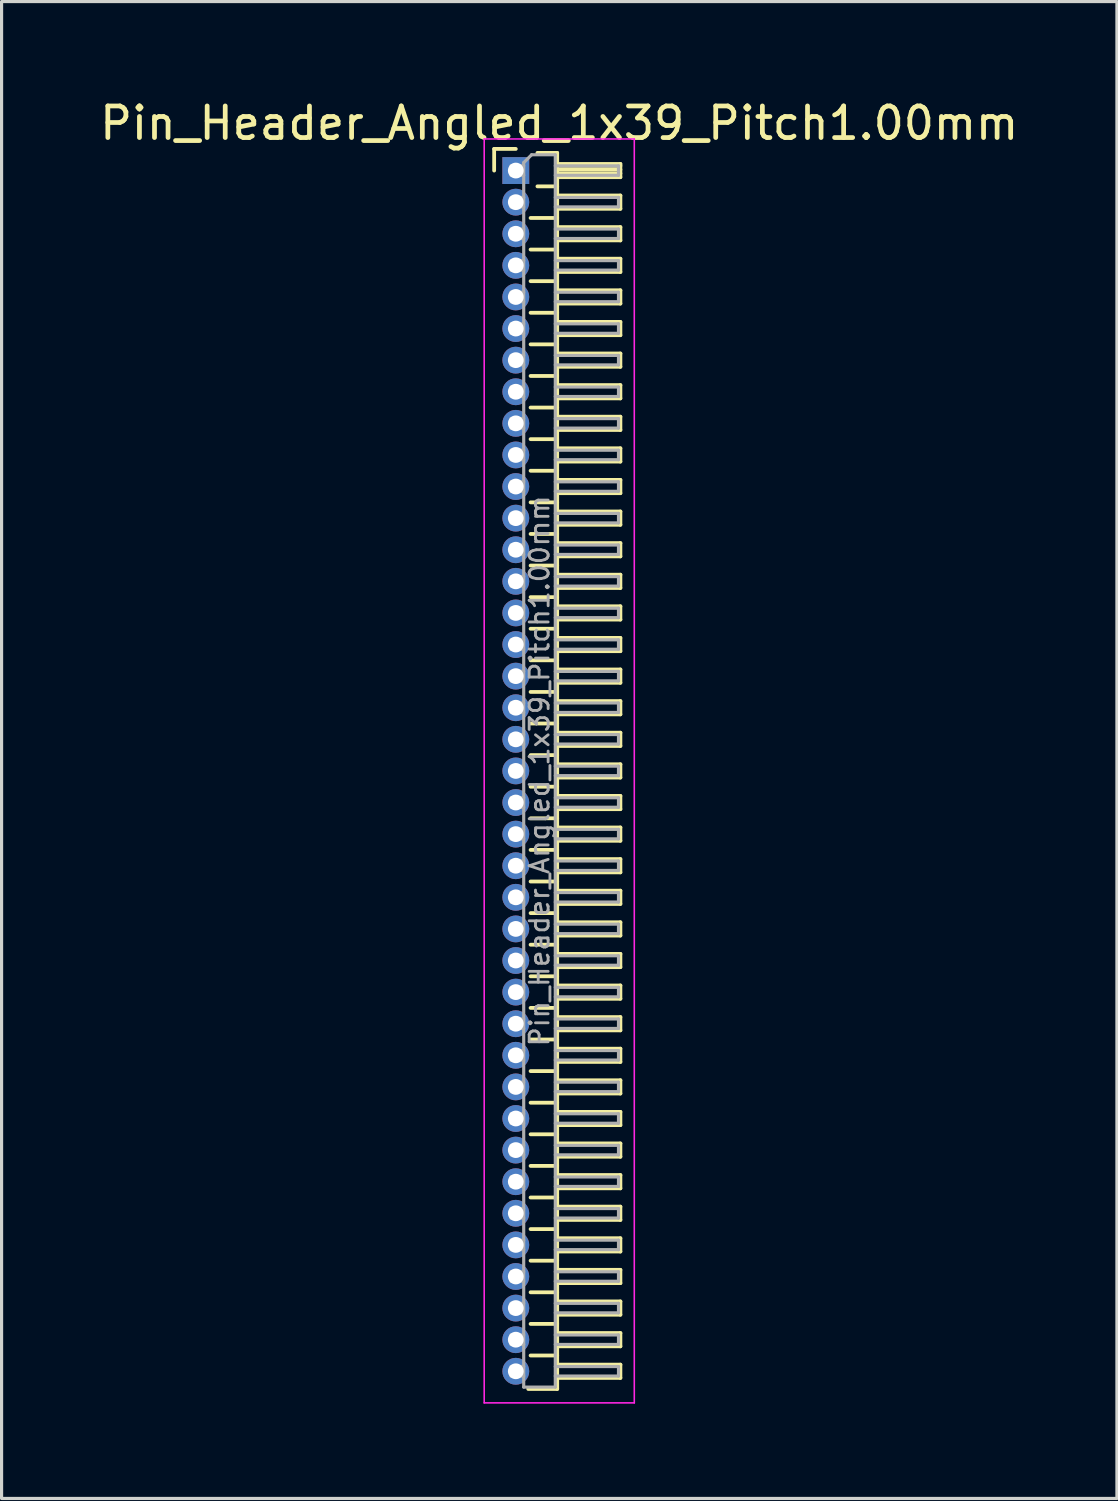
<source format=kicad_pcb>
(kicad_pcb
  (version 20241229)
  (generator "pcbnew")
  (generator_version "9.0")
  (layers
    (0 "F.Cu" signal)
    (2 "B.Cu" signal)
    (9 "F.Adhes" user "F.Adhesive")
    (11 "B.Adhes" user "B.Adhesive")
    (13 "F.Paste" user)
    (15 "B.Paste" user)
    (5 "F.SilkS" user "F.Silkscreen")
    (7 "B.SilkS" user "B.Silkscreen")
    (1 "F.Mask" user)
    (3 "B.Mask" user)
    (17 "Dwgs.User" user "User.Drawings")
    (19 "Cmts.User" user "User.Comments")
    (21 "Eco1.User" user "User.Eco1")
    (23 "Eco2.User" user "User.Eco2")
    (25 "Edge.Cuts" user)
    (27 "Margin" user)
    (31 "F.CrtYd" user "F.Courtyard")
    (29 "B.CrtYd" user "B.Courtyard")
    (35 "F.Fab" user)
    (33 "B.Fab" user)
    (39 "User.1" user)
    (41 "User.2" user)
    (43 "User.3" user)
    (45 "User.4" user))
  (footprint "Pin_Header_Angled_1x39_Pitch1.00mm"
    (layer "F.Cu")
    (at 13.274 2.348)
    (property "Reference" "Pin_Header_Angled_1x39_Pitch1.00mm" (at 1.375 -1.5 0) (layer "F.SilkS") (effects (font (size 1 1) (thickness 0.15))))
    (attr through_hole)
    (fp_line (start -0.685 -0.685) (end 0 -0.685) (stroke (width 0.12) (type solid)) (layer "F.SilkS"))
    (fp_line (start -0.685 0) (end -0.685 -0.685) (stroke (width 0.12) (type solid)) (layer "F.SilkS"))
    (fp_line (start 0.468 1.5) (end 1.31 1.5) (stroke (width 0.12) (type solid)) (layer "F.SilkS"))
    (fp_line (start 0.468 2.5) (end 1.31 2.5) (stroke (width 0.12) (type solid)) (layer "F.SilkS"))
    (fp_line (start 0.468 3.5) (end 1.31 3.5) (stroke (width 0.12) (type solid)) (layer "F.SilkS"))
    (fp_line (start 0.468 4.5) (end 1.31 4.5) (stroke (width 0.12) (type solid)) (layer "F.SilkS"))
    (fp_line (start 0.468 5.5) (end 1.31 5.5) (stroke (width 0.12) (type solid)) (layer "F.SilkS"))
    (fp_line (start 0.468 6.5) (end 1.31 6.5) (stroke (width 0.12) (type solid)) (layer "F.SilkS"))
    (fp_line (start 0.468 7.5) (end 1.31 7.5) (stroke (width 0.12) (type solid)) (layer "F.SilkS"))
    (fp_line (start 0.468 8.5) (end 1.31 8.5) (stroke (width 0.12) (type solid)) (layer "F.SilkS"))
    (fp_line (start 0.468 9.5) (end 1.31 9.5) (stroke (width 0.12) (type solid)) (layer "F.SilkS"))
    (fp_line (start 0.468 10.5) (end 1.31 10.5) (stroke (width 0.12) (type solid)) (layer "F.SilkS"))
    (fp_line (start 0.468 11.5) (end 1.31 11.5) (stroke (width 0.12) (type solid)) (layer "F.SilkS"))
    (fp_line (start 0.468 12.5) (end 1.31 12.5) (stroke (width 0.12) (type solid)) (layer "F.SilkS"))
    (fp_line (start 0.468 13.5) (end 1.31 13.5) (stroke (width 0.12) (type solid)) (layer "F.SilkS"))
    (fp_line (start 0.468 14.5) (end 1.31 14.5) (stroke (width 0.12) (type solid)) (layer "F.SilkS"))
    (fp_line (start 0.468 15.5) (end 1.31 15.5) (stroke (width 0.12) (type solid)) (layer "F.SilkS"))
    (fp_line (start 0.468 16.5) (end 1.31 16.5) (stroke (width 0.12) (type solid)) (layer "F.SilkS"))
    (fp_line (start 0.468 17.5) (end 1.31 17.5) (stroke (width 0.12) (type solid)) (layer "F.SilkS"))
    (fp_line (start 0.468 18.5) (end 1.31 18.5) (stroke (width 0.12) (type solid)) (layer "F.SilkS"))
    (fp_line (start 0.468 19.5) (end 1.31 19.5) (stroke (width 0.12) (type solid)) (layer "F.SilkS"))
    (fp_line (start 0.468 20.5) (end 1.31 20.5) (stroke (width 0.12) (type solid)) (layer "F.SilkS"))
    (fp_line (start 0.468 21.5) (end 1.31 21.5) (stroke (width 0.12) (type solid)) (layer "F.SilkS"))
    (fp_line (start 0.468 22.5) (end 1.31 22.5) (stroke (width 0.12) (type solid)) (layer "F.SilkS"))
    (fp_line (start 0.468 23.5) (end 1.31 23.5) (stroke (width 0.12) (type solid)) (layer "F.SilkS"))
    (fp_line (start 0.468 24.5) (end 1.31 24.5) (stroke (width 0.12) (type solid)) (layer "F.SilkS"))
    (fp_line (start 0.468 25.5) (end 1.31 25.5) (stroke (width 0.12) (type solid)) (layer "F.SilkS"))
    (fp_line (start 0.468 26.5) (end 1.31 26.5) (stroke (width 0.12) (type solid)) (layer "F.SilkS"))
    (fp_line (start 0.468 27.5) (end 1.31 27.5) (stroke (width 0.12) (type solid)) (layer "F.SilkS"))
    (fp_line (start 0.468 28.5) (end 1.31 28.5) (stroke (width 0.12) (type solid)) (layer "F.SilkS"))
    (fp_line (start 0.468 29.5) (end 1.31 29.5) (stroke (width 0.12) (type solid)) (layer "F.SilkS"))
    (fp_line (start 0.468 30.5) (end 1.31 30.5) (stroke (width 0.12) (type solid)) (layer "F.SilkS"))
    (fp_line (start 0.468 31.5) (end 1.31 31.5) (stroke (width 0.12) (type solid)) (layer "F.SilkS"))
    (fp_line (start 0.468 32.5) (end 1.31 32.5) (stroke (width 0.12) (type solid)) (layer "F.SilkS"))
    (fp_line (start 0.468 33.5) (end 1.31 33.5) (stroke (width 0.12) (type solid)) (layer "F.SilkS"))
    (fp_line (start 0.468 34.5) (end 1.31 34.5) (stroke (width 0.12) (type solid)) (layer "F.SilkS"))
    (fp_line (start 0.468 35.5) (end 1.31 35.5) (stroke (width 0.12) (type solid)) (layer "F.SilkS"))
    (fp_line (start 0.468 36.5) (end 1.31 36.5) (stroke (width 0.12) (type solid)) (layer "F.SilkS"))
    (fp_line (start 0.468 37.5) (end 1.31 37.5) (stroke (width 0.12) (type solid)) (layer "F.SilkS"))
    (fp_line (start 0.685 -0.56) (end 1.31 -0.56) (stroke (width 0.12) (type solid)) (layer "F.SilkS"))
    (fp_line (start 0.685 0.5) (end 1.31 0.5) (stroke (width 0.12) (type solid)) (layer "F.SilkS"))
    (fp_line (start 1.31 -0.56) (end 1.31 38.56) (stroke (width 0.12) (type solid)) (layer "F.SilkS"))
    (fp_line (start 1.31 -0.21) (end 3.31 -0.21) (stroke (width 0.12) (type solid)) (layer "F.SilkS"))
    (fp_line (start 1.31 -0.15) (end 3.31 -0.15) (stroke (width 0.12) (type solid)) (layer "F.SilkS"))
    (fp_line (start 1.31 -0.03) (end 3.31 -0.03) (stroke (width 0.12) (type solid)) (layer "F.SilkS"))
    (fp_line (start 1.31 0.09) (end 3.31 0.09) (stroke (width 0.12) (type solid)) (layer "F.SilkS"))
    (fp_line (start 1.31 0.79) (end 3.31 0.79) (stroke (width 0.12) (type solid)) (layer "F.SilkS"))
    (fp_line (start 1.31 1.79) (end 3.31 1.79) (stroke (width 0.12) (type solid)) (layer "F.SilkS"))
    (fp_line (start 1.31 2.79) (end 3.31 2.79) (stroke (width 0.12) (type solid)) (layer "F.SilkS"))
    (fp_line (start 1.31 3.79) (end 3.31 3.79) (stroke (width 0.12) (type solid)) (layer "F.SilkS"))
    (fp_line (start 1.31 4.79) (end 3.31 4.79) (stroke (width 0.12) (type solid)) (layer "F.SilkS"))
    (fp_line (start 1.31 5.79) (end 3.31 5.79) (stroke (width 0.12) (type solid)) (layer "F.SilkS"))
    (fp_line (start 1.31 6.79) (end 3.31 6.79) (stroke (width 0.12) (type solid)) (layer "F.SilkS"))
    (fp_line (start 1.31 7.79) (end 3.31 7.79) (stroke (width 0.12) (type solid)) (layer "F.SilkS"))
    (fp_line (start 1.31 8.79) (end 3.31 8.79) (stroke (width 0.12) (type solid)) (layer "F.SilkS"))
    (fp_line (start 1.31 9.79) (end 3.31 9.79) (stroke (width 0.12) (type solid)) (layer "F.SilkS"))
    (fp_line (start 1.31 10.79) (end 3.31 10.79) (stroke (width 0.12) (type solid)) (layer "F.SilkS"))
    (fp_line (start 1.31 11.79) (end 3.31 11.79) (stroke (width 0.12) (type solid)) (layer "F.SilkS"))
    (fp_line (start 1.31 12.79) (end 3.31 12.79) (stroke (width 0.12) (type solid)) (layer "F.SilkS"))
    (fp_line (start 1.31 13.79) (end 3.31 13.79) (stroke (width 0.12) (type solid)) (layer "F.SilkS"))
    (fp_line (start 1.31 14.79) (end 3.31 14.79) (stroke (width 0.12) (type solid)) (layer "F.SilkS"))
    (fp_line (start 1.31 15.79) (end 3.31 15.79) (stroke (width 0.12) (type solid)) (layer "F.SilkS"))
    (fp_line (start 1.31 16.79) (end 3.31 16.79) (stroke (width 0.12) (type solid)) (layer "F.SilkS"))
    (fp_line (start 1.31 17.79) (end 3.31 17.79) (stroke (width 0.12) (type solid)) (layer "F.SilkS"))
    (fp_line (start 1.31 18.79) (end 3.31 18.79) (stroke (width 0.12) (type solid)) (layer "F.SilkS"))
    (fp_line (start 1.31 19.79) (end 3.31 19.79) (stroke (width 0.12) (type solid)) (layer "F.SilkS"))
    (fp_line (start 1.31 20.79) (end 3.31 20.79) (stroke (width 0.12) (type solid)) (layer "F.SilkS"))
    (fp_line (start 1.31 21.79) (end 3.31 21.79) (stroke (width 0.12) (type solid)) (layer "F.SilkS"))
    (fp_line (start 1.31 22.79) (end 3.31 22.79) (stroke (width 0.12) (type solid)) (layer "F.SilkS"))
    (fp_line (start 1.31 23.79) (end 3.31 23.79) (stroke (width 0.12) (type solid)) (layer "F.SilkS"))
    (fp_line (start 1.31 24.79) (end 3.31 24.79) (stroke (width 0.12) (type solid)) (layer "F.SilkS"))
    (fp_line (start 1.31 25.79) (end 3.31 25.79) (stroke (width 0.12) (type solid)) (layer "F.SilkS"))
    (fp_line (start 1.31 26.79) (end 3.31 26.79) (stroke (width 0.12) (type solid)) (layer "F.SilkS"))
    (fp_line (start 1.31 27.79) (end 3.31 27.79) (stroke (width 0.12) (type solid)) (layer "F.SilkS"))
    (fp_line (start 1.31 28.79) (end 3.31 28.79) (stroke (width 0.12) (type solid)) (layer "F.SilkS"))
    (fp_line (start 1.31 29.79) (end 3.31 29.79) (stroke (width 0.12) (type solid)) (layer "F.SilkS"))
    (fp_line (start 1.31 30.79) (end 3.31 30.79) (stroke (width 0.12) (type solid)) (layer "F.SilkS"))
    (fp_line (start 1.31 31.79) (end 3.31 31.79) (stroke (width 0.12) (type solid)) (layer "F.SilkS"))
    (fp_line (start 1.31 32.79) (end 3.31 32.79) (stroke (width 0.12) (type solid)) (layer "F.SilkS"))
    (fp_line (start 1.31 33.79) (end 3.31 33.79) (stroke (width 0.12) (type solid)) (layer "F.SilkS"))
    (fp_line (start 1.31 34.79) (end 3.31 34.79) (stroke (width 0.12) (type solid)) (layer "F.SilkS"))
    (fp_line (start 1.31 35.79) (end 3.31 35.79) (stroke (width 0.12) (type solid)) (layer "F.SilkS"))
    (fp_line (start 1.31 36.79) (end 3.31 36.79) (stroke (width 0.12) (type solid)) (layer "F.SilkS"))
    (fp_line (start 1.31 37.79) (end 3.31 37.79) (stroke (width 0.12) (type solid)) (layer "F.SilkS"))
    (fp_line (start 1.31 38.56) (end 0.394 38.56) (stroke (width 0.12) (type solid)) (layer "F.SilkS"))
    (fp_line (start 3.31 -0.21) (end 3.31 0.21) (stroke (width 0.12) (type solid)) (layer "F.SilkS"))
    (fp_line (start 3.31 0.21) (end 1.31 0.21) (stroke (width 0.12) (type solid)) (layer "F.SilkS"))
    (fp_line (start 3.31 0.79) (end 3.31 1.21) (stroke (width 0.12) (type solid)) (layer "F.SilkS"))
    (fp_line (start 3.31 1.21) (end 1.31 1.21) (stroke (width 0.12) (type solid)) (layer "F.SilkS"))
    (fp_line (start 3.31 1.79) (end 3.31 2.21) (stroke (width 0.12) (type solid)) (layer "F.SilkS"))
    (fp_line (start 3.31 2.21) (end 1.31 2.21) (stroke (width 0.12) (type solid)) (layer "F.SilkS"))
    (fp_line (start 3.31 2.79) (end 3.31 3.21) (stroke (width 0.12) (type solid)) (layer "F.SilkS"))
    (fp_line (start 3.31 3.21) (end 1.31 3.21) (stroke (width 0.12) (type solid)) (layer "F.SilkS"))
    (fp_line (start 3.31 3.79) (end 3.31 4.21) (stroke (width 0.12) (type solid)) (layer "F.SilkS"))
    (fp_line (start 3.31 4.21) (end 1.31 4.21) (stroke (width 0.12) (type solid)) (layer "F.SilkS"))
    (fp_line (start 3.31 4.79) (end 3.31 5.21) (stroke (width 0.12) (type solid)) (layer "F.SilkS"))
    (fp_line (start 3.31 5.21) (end 1.31 5.21) (stroke (width 0.12) (type solid)) (layer "F.SilkS"))
    (fp_line (start 3.31 5.79) (end 3.31 6.21) (stroke (width 0.12) (type solid)) (layer "F.SilkS"))
    (fp_line (start 3.31 6.21) (end 1.31 6.21) (stroke (width 0.12) (type solid)) (layer "F.SilkS"))
    (fp_line (start 3.31 6.79) (end 3.31 7.21) (stroke (width 0.12) (type solid)) (layer "F.SilkS"))
    (fp_line (start 3.31 7.21) (end 1.31 7.21) (stroke (width 0.12) (type solid)) (layer "F.SilkS"))
    (fp_line (start 3.31 7.79) (end 3.31 8.21) (stroke (width 0.12) (type solid)) (layer "F.SilkS"))
    (fp_line (start 3.31 8.21) (end 1.31 8.21) (stroke (width 0.12) (type solid)) (layer "F.SilkS"))
    (fp_line (start 3.31 8.79) (end 3.31 9.21) (stroke (width 0.12) (type solid)) (layer "F.SilkS"))
    (fp_line (start 3.31 9.21) (end 1.31 9.21) (stroke (width 0.12) (type solid)) (layer "F.SilkS"))
    (fp_line (start 3.31 9.79) (end 3.31 10.21) (stroke (width 0.12) (type solid)) (layer "F.SilkS"))
    (fp_line (start 3.31 10.21) (end 1.31 10.21) (stroke (width 0.12) (type solid)) (layer "F.SilkS"))
    (fp_line (start 3.31 10.79) (end 3.31 11.21) (stroke (width 0.12) (type solid)) (layer "F.SilkS"))
    (fp_line (start 3.31 11.21) (end 1.31 11.21) (stroke (width 0.12) (type solid)) (layer "F.SilkS"))
    (fp_line (start 3.31 11.79) (end 3.31 12.21) (stroke (width 0.12) (type solid)) (layer "F.SilkS"))
    (fp_line (start 3.31 12.21) (end 1.31 12.21) (stroke (width 0.12) (type solid)) (layer "F.SilkS"))
    (fp_line (start 3.31 12.79) (end 3.31 13.21) (stroke (width 0.12) (type solid)) (layer "F.SilkS"))
    (fp_line (start 3.31 13.21) (end 1.31 13.21) (stroke (width 0.12) (type solid)) (layer "F.SilkS"))
    (fp_line (start 3.31 13.79) (end 3.31 14.21) (stroke (width 0.12) (type solid)) (layer "F.SilkS"))
    (fp_line (start 3.31 14.21) (end 1.31 14.21) (stroke (width 0.12) (type solid)) (layer "F.SilkS"))
    (fp_line (start 3.31 14.79) (end 3.31 15.21) (stroke (width 0.12) (type solid)) (layer "F.SilkS"))
    (fp_line (start 3.31 15.21) (end 1.31 15.21) (stroke (width 0.12) (type solid)) (layer "F.SilkS"))
    (fp_line (start 3.31 15.79) (end 3.31 16.21) (stroke (width 0.12) (type solid)) (layer "F.SilkS"))
    (fp_line (start 3.31 16.21) (end 1.31 16.21) (stroke (width 0.12) (type solid)) (layer "F.SilkS"))
    (fp_line (start 3.31 16.79) (end 3.31 17.21) (stroke (width 0.12) (type solid)) (layer "F.SilkS"))
    (fp_line (start 3.31 17.21) (end 1.31 17.21) (stroke (width 0.12) (type solid)) (layer "F.SilkS"))
    (fp_line (start 3.31 17.79) (end 3.31 18.21) (stroke (width 0.12) (type solid)) (layer "F.SilkS"))
    (fp_line (start 3.31 18.21) (end 1.31 18.21) (stroke (width 0.12) (type solid)) (layer "F.SilkS"))
    (fp_line (start 3.31 18.79) (end 3.31 19.21) (stroke (width 0.12) (type solid)) (layer "F.SilkS"))
    (fp_line (start 3.31 19.21) (end 1.31 19.21) (stroke (width 0.12) (type solid)) (layer "F.SilkS"))
    (fp_line (start 3.31 19.79) (end 3.31 20.21) (stroke (width 0.12) (type solid)) (layer "F.SilkS"))
    (fp_line (start 3.31 20.21) (end 1.31 20.21) (stroke (width 0.12) (type solid)) (layer "F.SilkS"))
    (fp_line (start 3.31 20.79) (end 3.31 21.21) (stroke (width 0.12) (type solid)) (layer "F.SilkS"))
    (fp_line (start 3.31 21.21) (end 1.31 21.21) (stroke (width 0.12) (type solid)) (layer "F.SilkS"))
    (fp_line (start 3.31 21.79) (end 3.31 22.21) (stroke (width 0.12) (type solid)) (layer "F.SilkS"))
    (fp_line (start 3.31 22.21) (end 1.31 22.21) (stroke (width 0.12) (type solid)) (layer "F.SilkS"))
    (fp_line (start 3.31 22.79) (end 3.31 23.21) (stroke (width 0.12) (type solid)) (layer "F.SilkS"))
    (fp_line (start 3.31 23.21) (end 1.31 23.21) (stroke (width 0.12) (type solid)) (layer "F.SilkS"))
    (fp_line (start 3.31 23.79) (end 3.31 24.21) (stroke (width 0.12) (type solid)) (layer "F.SilkS"))
    (fp_line (start 3.31 24.21) (end 1.31 24.21) (stroke (width 0.12) (type solid)) (layer "F.SilkS"))
    (fp_line (start 3.31 24.79) (end 3.31 25.21) (stroke (width 0.12) (type solid)) (layer "F.SilkS"))
    (fp_line (start 3.31 25.21) (end 1.31 25.21) (stroke (width 0.12) (type solid)) (layer "F.SilkS"))
    (fp_line (start 3.31 25.79) (end 3.31 26.21) (stroke (width 0.12) (type solid)) (layer "F.SilkS"))
    (fp_line (start 3.31 26.21) (end 1.31 26.21) (stroke (width 0.12) (type solid)) (layer "F.SilkS"))
    (fp_line (start 3.31 26.79) (end 3.31 27.21) (stroke (width 0.12) (type solid)) (layer "F.SilkS"))
    (fp_line (start 3.31 27.21) (end 1.31 27.21) (stroke (width 0.12) (type solid)) (layer "F.SilkS"))
    (fp_line (start 3.31 27.79) (end 3.31 28.21) (stroke (width 0.12) (type solid)) (layer "F.SilkS"))
    (fp_line (start 3.31 28.21) (end 1.31 28.21) (stroke (width 0.12) (type solid)) (layer "F.SilkS"))
    (fp_line (start 3.31 28.79) (end 3.31 29.21) (stroke (width 0.12) (type solid)) (layer "F.SilkS"))
    (fp_line (start 3.31 29.21) (end 1.31 29.21) (stroke (width 0.12) (type solid)) (layer "F.SilkS"))
    (fp_line (start 3.31 29.79) (end 3.31 30.21) (stroke (width 0.12) (type solid)) (layer "F.SilkS"))
    (fp_line (start 3.31 30.21) (end 1.31 30.21) (stroke (width 0.12) (type solid)) (layer "F.SilkS"))
    (fp_line (start 3.31 30.79) (end 3.31 31.21) (stroke (width 0.12) (type solid)) (layer "F.SilkS"))
    (fp_line (start 3.31 31.21) (end 1.31 31.21) (stroke (width 0.12) (type solid)) (layer "F.SilkS"))
    (fp_line (start 3.31 31.79) (end 3.31 32.21) (stroke (width 0.12) (type solid)) (layer "F.SilkS"))
    (fp_line (start 3.31 32.21) (end 1.31 32.21) (stroke (width 0.12) (type solid)) (layer "F.SilkS"))
    (fp_line (start 3.31 32.79) (end 3.31 33.21) (stroke (width 0.12) (type solid)) (layer "F.SilkS"))
    (fp_line (start 3.31 33.21) (end 1.31 33.21) (stroke (width 0.12) (type solid)) (layer "F.SilkS"))
    (fp_line (start 3.31 33.79) (end 3.31 34.21) (stroke (width 0.12) (type solid)) (layer "F.SilkS"))
    (fp_line (start 3.31 34.21) (end 1.31 34.21) (stroke (width 0.12) (type solid)) (layer "F.SilkS"))
    (fp_line (start 3.31 34.79) (end 3.31 35.21) (stroke (width 0.12) (type solid)) (layer "F.SilkS"))
    (fp_line (start 3.31 35.21) (end 1.31 35.21) (stroke (width 0.12) (type solid)) (layer "F.SilkS"))
    (fp_line (start 3.31 35.79) (end 3.31 36.21) (stroke (width 0.12) (type solid)) (layer "F.SilkS"))
    (fp_line (start 3.31 36.21) (end 1.31 36.21) (stroke (width 0.12) (type solid)) (layer "F.SilkS"))
    (fp_line (start 3.31 36.79) (end 3.31 37.21) (stroke (width 0.12) (type solid)) (layer "F.SilkS"))
    (fp_line (start 3.31 37.21) (end 1.31 37.21) (stroke (width 0.12) (type solid)) (layer "F.SilkS"))
    (fp_line (start 3.31 37.79) (end 3.31 38.21) (stroke (width 0.12) (type solid)) (layer "F.SilkS"))
    (fp_line (start 3.31 38.21) (end 1.31 38.21) (stroke (width 0.12) (type solid)) (layer "F.SilkS"))
    (fp_line (start -1 -1) (end -1 39) (stroke (width 0.05) (type solid)) (layer "F.CrtYd"))
    (fp_line (start -1 39) (end 3.75 39) (stroke (width 0.05) (type solid)) (layer "F.CrtYd"))
    (fp_line (start 3.75 -1) (end -1 -1) (stroke (width 0.05) (type solid)) (layer "F.CrtYd"))
    (fp_line (start 3.75 39) (end 3.75 -1) (stroke (width 0.05) (type solid)) (layer "F.CrtYd"))
    (fp_line (start -0.15 -0.15) (end -0.15 0.15) (stroke (width 0.1) (type solid)) (layer "F.Fab"))
    (fp_line (start -0.15 -0.15) (end 0.25 -0.15) (stroke (width 0.1) (type solid)) (layer "F.Fab"))
    (fp_line (start -0.15 0.15) (end 0.25 0.15) (stroke (width 0.1) (type solid)) (layer "F.Fab"))
    (fp_line (start -0.15 0.85) (end -0.15 1.15) (stroke (width 0.1) (type solid)) (layer "F.Fab"))
    (fp_line (start -0.15 0.85) (end 0.25 0.85) (stroke (width 0.1) (type solid)) (layer "F.Fab"))
    (fp_line (start -0.15 1.15) (end 0.25 1.15) (stroke (width 0.1) (type solid)) (layer "F.Fab"))
    (fp_line (start -0.15 1.85) (end -0.15 2.15) (stroke (width 0.1) (type solid)) (layer "F.Fab"))
    (fp_line (start -0.15 1.85) (end 0.25 1.85) (stroke (width 0.1) (type solid)) (layer "F.Fab"))
    (fp_line (start -0.15 2.15) (end 0.25 2.15) (stroke (width 0.1) (type solid)) (layer "F.Fab"))
    (fp_line (start -0.15 2.85) (end -0.15 3.15) (stroke (width 0.1) (type solid)) (layer "F.Fab"))
    (fp_line (start -0.15 2.85) (end 0.25 2.85) (stroke (width 0.1) (type solid)) (layer "F.Fab"))
    (fp_line (start -0.15 3.15) (end 0.25 3.15) (stroke (width 0.1) (type solid)) (layer "F.Fab"))
    (fp_line (start -0.15 3.85) (end -0.15 4.15) (stroke (width 0.1) (type solid)) (layer "F.Fab"))
    (fp_line (start -0.15 3.85) (end 0.25 3.85) (stroke (width 0.1) (type solid)) (layer "F.Fab"))
    (fp_line (start -0.15 4.15) (end 0.25 4.15) (stroke (width 0.1) (type solid)) (layer "F.Fab"))
    (fp_line (start -0.15 4.85) (end -0.15 5.15) (stroke (width 0.1) (type solid)) (layer "F.Fab"))
    (fp_line (start -0.15 4.85) (end 0.25 4.85) (stroke (width 0.1) (type solid)) (layer "F.Fab"))
    (fp_line (start -0.15 5.15) (end 0.25 5.15) (stroke (width 0.1) (type solid)) (layer "F.Fab"))
    (fp_line (start -0.15 5.85) (end -0.15 6.15) (stroke (width 0.1) (type solid)) (layer "F.Fab"))
    (fp_line (start -0.15 5.85) (end 0.25 5.85) (stroke (width 0.1) (type solid)) (layer "F.Fab"))
    (fp_line (start -0.15 6.15) (end 0.25 6.15) (stroke (width 0.1) (type solid)) (layer "F.Fab"))
    (fp_line (start -0.15 6.85) (end -0.15 7.15) (stroke (width 0.1) (type solid)) (layer "F.Fab"))
    (fp_line (start -0.15 6.85) (end 0.25 6.85) (stroke (width 0.1) (type solid)) (layer "F.Fab"))
    (fp_line (start -0.15 7.15) (end 0.25 7.15) (stroke (width 0.1) (type solid)) (layer "F.Fab"))
    (fp_line (start -0.15 7.85) (end -0.15 8.15) (stroke (width 0.1) (type solid)) (layer "F.Fab"))
    (fp_line (start -0.15 7.85) (end 0.25 7.85) (stroke (width 0.1) (type solid)) (layer "F.Fab"))
    (fp_line (start -0.15 8.15) (end 0.25 8.15) (stroke (width 0.1) (type solid)) (layer "F.Fab"))
    (fp_line (start -0.15 8.85) (end -0.15 9.15) (stroke (width 0.1) (type solid)) (layer "F.Fab"))
    (fp_line (start -0.15 8.85) (end 0.25 8.85) (stroke (width 0.1) (type solid)) (layer "F.Fab"))
    (fp_line (start -0.15 9.15) (end 0.25 9.15) (stroke (width 0.1) (type solid)) (layer "F.Fab"))
    (fp_line (start -0.15 9.85) (end -0.15 10.15) (stroke (width 0.1) (type solid)) (layer "F.Fab"))
    (fp_line (start -0.15 9.85) (end 0.25 9.85) (stroke (width 0.1) (type solid)) (layer "F.Fab"))
    (fp_line (start -0.15 10.15) (end 0.25 10.15) (stroke (width 0.1) (type solid)) (layer "F.Fab"))
    (fp_line (start -0.15 10.85) (end -0.15 11.15) (stroke (width 0.1) (type solid)) (layer "F.Fab"))
    (fp_line (start -0.15 10.85) (end 0.25 10.85) (stroke (width 0.1) (type solid)) (layer "F.Fab"))
    (fp_line (start -0.15 11.15) (end 0.25 11.15) (stroke (width 0.1) (type solid)) (layer "F.Fab"))
    (fp_line (start -0.15 11.85) (end -0.15 12.15) (stroke (width 0.1) (type solid)) (layer "F.Fab"))
    (fp_line (start -0.15 11.85) (end 0.25 11.85) (stroke (width 0.1) (type solid)) (layer "F.Fab"))
    (fp_line (start -0.15 12.15) (end 0.25 12.15) (stroke (width 0.1) (type solid)) (layer "F.Fab"))
    (fp_line (start -0.15 12.85) (end -0.15 13.15) (stroke (width 0.1) (type solid)) (layer "F.Fab"))
    (fp_line (start -0.15 12.85) (end 0.25 12.85) (stroke (width 0.1) (type solid)) (layer "F.Fab"))
    (fp_line (start -0.15 13.15) (end 0.25 13.15) (stroke (width 0.1) (type solid)) (layer "F.Fab"))
    (fp_line (start -0.15 13.85) (end -0.15 14.15) (stroke (width 0.1) (type solid)) (layer "F.Fab"))
    (fp_line (start -0.15 13.85) (end 0.25 13.85) (stroke (width 0.1) (type solid)) (layer "F.Fab"))
    (fp_line (start -0.15 14.15) (end 0.25 14.15) (stroke (width 0.1) (type solid)) (layer "F.Fab"))
    (fp_line (start -0.15 14.85) (end -0.15 15.15) (stroke (width 0.1) (type solid)) (layer "F.Fab"))
    (fp_line (start -0.15 14.85) (end 0.25 14.85) (stroke (width 0.1) (type solid)) (layer "F.Fab"))
    (fp_line (start -0.15 15.15) (end 0.25 15.15) (stroke (width 0.1) (type solid)) (layer "F.Fab"))
    (fp_line (start -0.15 15.85) (end -0.15 16.15) (stroke (width 0.1) (type solid)) (layer "F.Fab"))
    (fp_line (start -0.15 15.85) (end 0.25 15.85) (stroke (width 0.1) (type solid)) (layer "F.Fab"))
    (fp_line (start -0.15 16.15) (end 0.25 16.15) (stroke (width 0.1) (type solid)) (layer "F.Fab"))
    (fp_line (start -0.15 16.85) (end -0.15 17.15) (stroke (width 0.1) (type solid)) (layer "F.Fab"))
    (fp_line (start -0.15 16.85) (end 0.25 16.85) (stroke (width 0.1) (type solid)) (layer "F.Fab"))
    (fp_line (start -0.15 17.15) (end 0.25 17.15) (stroke (width 0.1) (type solid)) (layer "F.Fab"))
    (fp_line (start -0.15 17.85) (end -0.15 18.15) (stroke (width 0.1) (type solid)) (layer "F.Fab"))
    (fp_line (start -0.15 17.85) (end 0.25 17.85) (stroke (width 0.1) (type solid)) (layer "F.Fab"))
    (fp_line (start -0.15 18.15) (end 0.25 18.15) (stroke (width 0.1) (type solid)) (layer "F.Fab"))
    (fp_line (start -0.15 18.85) (end -0.15 19.15) (stroke (width 0.1) (type solid)) (layer "F.Fab"))
    (fp_line (start -0.15 18.85) (end 0.25 18.85) (stroke (width 0.1) (type solid)) (layer "F.Fab"))
    (fp_line (start -0.15 19.15) (end 0.25 19.15) (stroke (width 0.1) (type solid)) (layer "F.Fab"))
    (fp_line (start -0.15 19.85) (end -0.15 20.15) (stroke (width 0.1) (type solid)) (layer "F.Fab"))
    (fp_line (start -0.15 19.85) (end 0.25 19.85) (stroke (width 0.1) (type solid)) (layer "F.Fab"))
    (fp_line (start -0.15 20.15) (end 0.25 20.15) (stroke (width 0.1) (type solid)) (layer "F.Fab"))
    (fp_line (start -0.15 20.85) (end -0.15 21.15) (stroke (width 0.1) (type solid)) (layer "F.Fab"))
    (fp_line (start -0.15 20.85) (end 0.25 20.85) (stroke (width 0.1) (type solid)) (layer "F.Fab"))
    (fp_line (start -0.15 21.15) (end 0.25 21.15) (stroke (width 0.1) (type solid)) (layer "F.Fab"))
    (fp_line (start -0.15 21.85) (end -0.15 22.15) (stroke (width 0.1) (type solid)) (layer "F.Fab"))
    (fp_line (start -0.15 21.85) (end 0.25 21.85) (stroke (width 0.1) (type solid)) (layer "F.Fab"))
    (fp_line (start -0.15 22.15) (end 0.25 22.15) (stroke (width 0.1) (type solid)) (layer "F.Fab"))
    (fp_line (start -0.15 22.85) (end -0.15 23.15) (stroke (width 0.1) (type solid)) (layer "F.Fab"))
    (fp_line (start -0.15 22.85) (end 0.25 22.85) (stroke (width 0.1) (type solid)) (layer "F.Fab"))
    (fp_line (start -0.15 23.15) (end 0.25 23.15) (stroke (width 0.1) (type solid)) (layer "F.Fab"))
    (fp_line (start -0.15 23.85) (end -0.15 24.15) (stroke (width 0.1) (type solid)) (layer "F.Fab"))
    (fp_line (start -0.15 23.85) (end 0.25 23.85) (stroke (width 0.1) (type solid)) (layer "F.Fab"))
    (fp_line (start -0.15 24.15) (end 0.25 24.15) (stroke (width 0.1) (type solid)) (layer "F.Fab"))
    (fp_line (start -0.15 24.85) (end -0.15 25.15) (stroke (width 0.1) (type solid)) (layer "F.Fab"))
    (fp_line (start -0.15 24.85) (end 0.25 24.85) (stroke (width 0.1) (type solid)) (layer "F.Fab"))
    (fp_line (start -0.15 25.15) (end 0.25 25.15) (stroke (width 0.1) (type solid)) (layer "F.Fab"))
    (fp_line (start -0.15 25.85) (end -0.15 26.15) (stroke (width 0.1) (type solid)) (layer "F.Fab"))
    (fp_line (start -0.15 25.85) (end 0.25 25.85) (stroke (width 0.1) (type solid)) (layer "F.Fab"))
    (fp_line (start -0.15 26.15) (end 0.25 26.15) (stroke (width 0.1) (type solid)) (layer "F.Fab"))
    (fp_line (start -0.15 26.85) (end -0.15 27.15) (stroke (width 0.1) (type solid)) (layer "F.Fab"))
    (fp_line (start -0.15 26.85) (end 0.25 26.85) (stroke (width 0.1) (type solid)) (layer "F.Fab"))
    (fp_line (start -0.15 27.15) (end 0.25 27.15) (stroke (width 0.1) (type solid)) (layer "F.Fab"))
    (fp_line (start -0.15 27.85) (end -0.15 28.15) (stroke (width 0.1) (type solid)) (layer "F.Fab"))
    (fp_line (start -0.15 27.85) (end 0.25 27.85) (stroke (width 0.1) (type solid)) (layer "F.Fab"))
    (fp_line (start -0.15 28.15) (end 0.25 28.15) (stroke (width 0.1) (type solid)) (layer "F.Fab"))
    (fp_line (start -0.15 28.85) (end -0.15 29.15) (stroke (width 0.1) (type solid)) (layer "F.Fab"))
    (fp_line (start -0.15 28.85) (end 0.25 28.85) (stroke (width 0.1) (type solid)) (layer "F.Fab"))
    (fp_line (start -0.15 29.15) (end 0.25 29.15) (stroke (width 0.1) (type solid)) (layer "F.Fab"))
    (fp_line (start -0.15 29.85) (end -0.15 30.15) (stroke (width 0.1) (type solid)) (layer "F.Fab"))
    (fp_line (start -0.15 29.85) (end 0.25 29.85) (stroke (width 0.1) (type solid)) (layer "F.Fab"))
    (fp_line (start -0.15 30.15) (end 0.25 30.15) (stroke (width 0.1) (type solid)) (layer "F.Fab"))
    (fp_line (start -0.15 30.85) (end -0.15 31.15) (stroke (width 0.1) (type solid)) (layer "F.Fab"))
    (fp_line (start -0.15 30.85) (end 0.25 30.85) (stroke (width 0.1) (type solid)) (layer "F.Fab"))
    (fp_line (start -0.15 31.15) (end 0.25 31.15) (stroke (width 0.1) (type solid)) (layer "F.Fab"))
    (fp_line (start -0.15 31.85) (end -0.15 32.15) (stroke (width 0.1) (type solid)) (layer "F.Fab"))
    (fp_line (start -0.15 31.85) (end 0.25 31.85) (stroke (width 0.1) (type solid)) (layer "F.Fab"))
    (fp_line (start -0.15 32.15) (end 0.25 32.15) (stroke (width 0.1) (type solid)) (layer "F.Fab"))
    (fp_line (start -0.15 32.85) (end -0.15 33.15) (stroke (width 0.1) (type solid)) (layer "F.Fab"))
    (fp_line (start -0.15 32.85) (end 0.25 32.85) (stroke (width 0.1) (type solid)) (layer "F.Fab"))
    (fp_line (start -0.15 33.15) (end 0.25 33.15) (stroke (width 0.1) (type solid)) (layer "F.Fab"))
    (fp_line (start -0.15 33.85) (end -0.15 34.15) (stroke (width 0.1) (type solid)) (layer "F.Fab"))
    (fp_line (start -0.15 33.85) (end 0.25 33.85) (stroke (width 0.1) (type solid)) (layer "F.Fab"))
    (fp_line (start -0.15 34.15) (end 0.25 34.15) (stroke (width 0.1) (type solid)) (layer "F.Fab"))
    (fp_line (start -0.15 34.85) (end -0.15 35.15) (stroke (width 0.1) (type solid)) (layer "F.Fab"))
    (fp_line (start -0.15 34.85) (end 0.25 34.85) (stroke (width 0.1) (type solid)) (layer "F.Fab"))
    (fp_line (start -0.15 35.15) (end 0.25 35.15) (stroke (width 0.1) (type solid)) (layer "F.Fab"))
    (fp_line (start -0.15 35.85) (end -0.15 36.15) (stroke (width 0.1) (type solid)) (layer "F.Fab"))
    (fp_line (start -0.15 35.85) (end 0.25 35.85) (stroke (width 0.1) (type solid)) (layer "F.Fab"))
    (fp_line (start -0.15 36.15) (end 0.25 36.15) (stroke (width 0.1) (type solid)) (layer "F.Fab"))
    (fp_line (start -0.15 36.85) (end -0.15 37.15) (stroke (width 0.1) (type solid)) (layer "F.Fab"))
    (fp_line (start -0.15 36.85) (end 0.25 36.85) (stroke (width 0.1) (type solid)) (layer "F.Fab"))
    (fp_line (start -0.15 37.15) (end 0.25 37.15) (stroke (width 0.1) (type solid)) (layer "F.Fab"))
    (fp_line (start -0.15 37.85) (end -0.15 38.15) (stroke (width 0.1) (type solid)) (layer "F.Fab"))
    (fp_line (start -0.15 37.85) (end 0.25 37.85) (stroke (width 0.1) (type solid)) (layer "F.Fab"))
    (fp_line (start -0.15 38.15) (end 0.25 38.15) (stroke (width 0.1) (type solid)) (layer "F.Fab"))
    (fp_line (start 0.25 -0.25) (end 0.5 -0.5) (stroke (width 0.1) (type solid)) (layer "F.Fab"))
    (fp_line (start 0.25 38.5) (end 0.25 -0.25) (stroke (width 0.1) (type solid)) (layer "F.Fab"))
    (fp_line (start 0.5 -0.5) (end 1.25 -0.5) (stroke (width 0.1) (type solid)) (layer "F.Fab"))
    (fp_line (start 1.25 -0.5) (end 1.25 38.5) (stroke (width 0.1) (type solid)) (layer "F.Fab"))
    (fp_line (start 1.25 -0.15) (end 3.25 -0.15) (stroke (width 0.1) (type solid)) (layer "F.Fab"))
    (fp_line (start 1.25 0.15) (end 3.25 0.15) (stroke (width 0.1) (type solid)) (layer "F.Fab"))
    (fp_line (start 1.25 0.85) (end 3.25 0.85) (stroke (width 0.1) (type solid)) (layer "F.Fab"))
    (fp_line (start 1.25 1.15) (end 3.25 1.15) (stroke (width 0.1) (type solid)) (layer "F.Fab"))
    (fp_line (start 1.25 1.85) (end 3.25 1.85) (stroke (width 0.1) (type solid)) (layer "F.Fab"))
    (fp_line (start 1.25 2.15) (end 3.25 2.15) (stroke (width 0.1) (type solid)) (layer "F.Fab"))
    (fp_line (start 1.25 2.85) (end 3.25 2.85) (stroke (width 0.1) (type solid)) (layer "F.Fab"))
    (fp_line (start 1.25 3.15) (end 3.25 3.15) (stroke (width 0.1) (type solid)) (layer "F.Fab"))
    (fp_line (start 1.25 3.85) (end 3.25 3.85) (stroke (width 0.1) (type solid)) (layer "F.Fab"))
    (fp_line (start 1.25 4.15) (end 3.25 4.15) (stroke (width 0.1) (type solid)) (layer "F.Fab"))
    (fp_line (start 1.25 4.85) (end 3.25 4.85) (stroke (width 0.1) (type solid)) (layer "F.Fab"))
    (fp_line (start 1.25 5.15) (end 3.25 5.15) (stroke (width 0.1) (type solid)) (layer "F.Fab"))
    (fp_line (start 1.25 5.85) (end 3.25 5.85) (stroke (width 0.1) (type solid)) (layer "F.Fab"))
    (fp_line (start 1.25 6.15) (end 3.25 6.15) (stroke (width 0.1) (type solid)) (layer "F.Fab"))
    (fp_line (start 1.25 6.85) (end 3.25 6.85) (stroke (width 0.1) (type solid)) (layer "F.Fab"))
    (fp_line (start 1.25 7.15) (end 3.25 7.15) (stroke (width 0.1) (type solid)) (layer "F.Fab"))
    (fp_line (start 1.25 7.85) (end 3.25 7.85) (stroke (width 0.1) (type solid)) (layer "F.Fab"))
    (fp_line (start 1.25 8.15) (end 3.25 8.15) (stroke (width 0.1) (type solid)) (layer "F.Fab"))
    (fp_line (start 1.25 8.85) (end 3.25 8.85) (stroke (width 0.1) (type solid)) (layer "F.Fab"))
    (fp_line (start 1.25 9.15) (end 3.25 9.15) (stroke (width 0.1) (type solid)) (layer "F.Fab"))
    (fp_line (start 1.25 9.85) (end 3.25 9.85) (stroke (width 0.1) (type solid)) (layer "F.Fab"))
    (fp_line (start 1.25 10.15) (end 3.25 10.15) (stroke (width 0.1) (type solid)) (layer "F.Fab"))
    (fp_line (start 1.25 10.85) (end 3.25 10.85) (stroke (width 0.1) (type solid)) (layer "F.Fab"))
    (fp_line (start 1.25 11.15) (end 3.25 11.15) (stroke (width 0.1) (type solid)) (layer "F.Fab"))
    (fp_line (start 1.25 11.85) (end 3.25 11.85) (stroke (width 0.1) (type solid)) (layer "F.Fab"))
    (fp_line (start 1.25 12.15) (end 3.25 12.15) (stroke (width 0.1) (type solid)) (layer "F.Fab"))
    (fp_line (start 1.25 12.85) (end 3.25 12.85) (stroke (width 0.1) (type solid)) (layer "F.Fab"))
    (fp_line (start 1.25 13.15) (end 3.25 13.15) (stroke (width 0.1) (type solid)) (layer "F.Fab"))
    (fp_line (start 1.25 13.85) (end 3.25 13.85) (stroke (width 0.1) (type solid)) (layer "F.Fab"))
    (fp_line (start 1.25 14.15) (end 3.25 14.15) (stroke (width 0.1) (type solid)) (layer "F.Fab"))
    (fp_line (start 1.25 14.85) (end 3.25 14.85) (stroke (width 0.1) (type solid)) (layer "F.Fab"))
    (fp_line (start 1.25 15.15) (end 3.25 15.15) (stroke (width 0.1) (type solid)) (layer "F.Fab"))
    (fp_line (start 1.25 15.85) (end 3.25 15.85) (stroke (width 0.1) (type solid)) (layer "F.Fab"))
    (fp_line (start 1.25 16.15) (end 3.25 16.15) (stroke (width 0.1) (type solid)) (layer "F.Fab"))
    (fp_line (start 1.25 16.85) (end 3.25 16.85) (stroke (width 0.1) (type solid)) (layer "F.Fab"))
    (fp_line (start 1.25 17.15) (end 3.25 17.15) (stroke (width 0.1) (type solid)) (layer "F.Fab"))
    (fp_line (start 1.25 17.85) (end 3.25 17.85) (stroke (width 0.1) (type solid)) (layer "F.Fab"))
    (fp_line (start 1.25 18.15) (end 3.25 18.15) (stroke (width 0.1) (type solid)) (layer "F.Fab"))
    (fp_line (start 1.25 18.85) (end 3.25 18.85) (stroke (width 0.1) (type solid)) (layer "F.Fab"))
    (fp_line (start 1.25 19.15) (end 3.25 19.15) (stroke (width 0.1) (type solid)) (layer "F.Fab"))
    (fp_line (start 1.25 19.85) (end 3.25 19.85) (stroke (width 0.1) (type solid)) (layer "F.Fab"))
    (fp_line (start 1.25 20.15) (end 3.25 20.15) (stroke (width 0.1) (type solid)) (layer "F.Fab"))
    (fp_line (start 1.25 20.85) (end 3.25 20.85) (stroke (width 0.1) (type solid)) (layer "F.Fab"))
    (fp_line (start 1.25 21.15) (end 3.25 21.15) (stroke (width 0.1) (type solid)) (layer "F.Fab"))
    (fp_line (start 1.25 21.85) (end 3.25 21.85) (stroke (width 0.1) (type solid)) (layer "F.Fab"))
    (fp_line (start 1.25 22.15) (end 3.25 22.15) (stroke (width 0.1) (type solid)) (layer "F.Fab"))
    (fp_line (start 1.25 22.85) (end 3.25 22.85) (stroke (width 0.1) (type solid)) (layer "F.Fab"))
    (fp_line (start 1.25 23.15) (end 3.25 23.15) (stroke (width 0.1) (type solid)) (layer "F.Fab"))
    (fp_line (start 1.25 23.85) (end 3.25 23.85) (stroke (width 0.1) (type solid)) (layer "F.Fab"))
    (fp_line (start 1.25 24.15) (end 3.25 24.15) (stroke (width 0.1) (type solid)) (layer "F.Fab"))
    (fp_line (start 1.25 24.85) (end 3.25 24.85) (stroke (width 0.1) (type solid)) (layer "F.Fab"))
    (fp_line (start 1.25 25.15) (end 3.25 25.15) (stroke (width 0.1) (type solid)) (layer "F.Fab"))
    (fp_line (start 1.25 25.85) (end 3.25 25.85) (stroke (width 0.1) (type solid)) (layer "F.Fab"))
    (fp_line (start 1.25 26.15) (end 3.25 26.15) (stroke (width 0.1) (type solid)) (layer "F.Fab"))
    (fp_line (start 1.25 26.85) (end 3.25 26.85) (stroke (width 0.1) (type solid)) (layer "F.Fab"))
    (fp_line (start 1.25 27.15) (end 3.25 27.15) (stroke (width 0.1) (type solid)) (layer "F.Fab"))
    (fp_line (start 1.25 27.85) (end 3.25 27.85) (stroke (width 0.1) (type solid)) (layer "F.Fab"))
    (fp_line (start 1.25 28.15) (end 3.25 28.15) (stroke (width 0.1) (type solid)) (layer "F.Fab"))
    (fp_line (start 1.25 28.85) (end 3.25 28.85) (stroke (width 0.1) (type solid)) (layer "F.Fab"))
    (fp_line (start 1.25 29.15) (end 3.25 29.15) (stroke (width 0.1) (type solid)) (layer "F.Fab"))
    (fp_line (start 1.25 29.85) (end 3.25 29.85) (stroke (width 0.1) (type solid)) (layer "F.Fab"))
    (fp_line (start 1.25 30.15) (end 3.25 30.15) (stroke (width 0.1) (type solid)) (layer "F.Fab"))
    (fp_line (start 1.25 30.85) (end 3.25 30.85) (stroke (width 0.1) (type solid)) (layer "F.Fab"))
    (fp_line (start 1.25 31.15) (end 3.25 31.15) (stroke (width 0.1) (type solid)) (layer "F.Fab"))
    (fp_line (start 1.25 31.85) (end 3.25 31.85) (stroke (width 0.1) (type solid)) (layer "F.Fab"))
    (fp_line (start 1.25 32.15) (end 3.25 32.15) (stroke (width 0.1) (type solid)) (layer "F.Fab"))
    (fp_line (start 1.25 32.85) (end 3.25 32.85) (stroke (width 0.1) (type solid)) (layer "F.Fab"))
    (fp_line (start 1.25 33.15) (end 3.25 33.15) (stroke (width 0.1) (type solid)) (layer "F.Fab"))
    (fp_line (start 1.25 33.85) (end 3.25 33.85) (stroke (width 0.1) (type solid)) (layer "F.Fab"))
    (fp_line (start 1.25 34.15) (end 3.25 34.15) (stroke (width 0.1) (type solid)) (layer "F.Fab"))
    (fp_line (start 1.25 34.85) (end 3.25 34.85) (stroke (width 0.1) (type solid)) (layer "F.Fab"))
    (fp_line (start 1.25 35.15) (end 3.25 35.15) (stroke (width 0.1) (type solid)) (layer "F.Fab"))
    (fp_line (start 1.25 35.85) (end 3.25 35.85) (stroke (width 0.1) (type solid)) (layer "F.Fab"))
    (fp_line (start 1.25 36.15) (end 3.25 36.15) (stroke (width 0.1) (type solid)) (layer "F.Fab"))
    (fp_line (start 1.25 36.85) (end 3.25 36.85) (stroke (width 0.1) (type solid)) (layer "F.Fab"))
    (fp_line (start 1.25 37.15) (end 3.25 37.15) (stroke (width 0.1) (type solid)) (layer "F.Fab"))
    (fp_line (start 1.25 37.85) (end 3.25 37.85) (stroke (width 0.1) (type solid)) (layer "F.Fab"))
    (fp_line (start 1.25 38.15) (end 3.25 38.15) (stroke (width 0.1) (type solid)) (layer "F.Fab"))
    (fp_line (start 1.25 38.5) (end 0.25 38.5) (stroke (width 0.1) (type solid)) (layer "F.Fab"))
    (fp_line (start 3.25 -0.15) (end 3.25 0.15) (stroke (width 0.1) (type solid)) (layer "F.Fab"))
    (fp_line (start 3.25 0.85) (end 3.25 1.15) (stroke (width 0.1) (type solid)) (layer "F.Fab"))
    (fp_line (start 3.25 1.85) (end 3.25 2.15) (stroke (width 0.1) (type solid)) (layer "F.Fab"))
    (fp_line (start 3.25 2.85) (end 3.25 3.15) (stroke (width 0.1) (type solid)) (layer "F.Fab"))
    (fp_line (start 3.25 3.85) (end 3.25 4.15) (stroke (width 0.1) (type solid)) (layer "F.Fab"))
    (fp_line (start 3.25 4.85) (end 3.25 5.15) (stroke (width 0.1) (type solid)) (layer "F.Fab"))
    (fp_line (start 3.25 5.85) (end 3.25 6.15) (stroke (width 0.1) (type solid)) (layer "F.Fab"))
    (fp_line (start 3.25 6.85) (end 3.25 7.15) (stroke (width 0.1) (type solid)) (layer "F.Fab"))
    (fp_line (start 3.25 7.85) (end 3.25 8.15) (stroke (width 0.1) (type solid)) (layer "F.Fab"))
    (fp_line (start 3.25 8.85) (end 3.25 9.15) (stroke (width 0.1) (type solid)) (layer "F.Fab"))
    (fp_line (start 3.25 9.85) (end 3.25 10.15) (stroke (width 0.1) (type solid)) (layer "F.Fab"))
    (fp_line (start 3.25 10.85) (end 3.25 11.15) (stroke (width 0.1) (type solid)) (layer "F.Fab"))
    (fp_line (start 3.25 11.85) (end 3.25 12.15) (stroke (width 0.1) (type solid)) (layer "F.Fab"))
    (fp_line (start 3.25 12.85) (end 3.25 13.15) (stroke (width 0.1) (type solid)) (layer "F.Fab"))
    (fp_line (start 3.25 13.85) (end 3.25 14.15) (stroke (width 0.1) (type solid)) (layer "F.Fab"))
    (fp_line (start 3.25 14.85) (end 3.25 15.15) (stroke (width 0.1) (type solid)) (layer "F.Fab"))
    (fp_line (start 3.25 15.85) (end 3.25 16.15) (stroke (width 0.1) (type solid)) (layer "F.Fab"))
    (fp_line (start 3.25 16.85) (end 3.25 17.15) (stroke (width 0.1) (type solid)) (layer "F.Fab"))
    (fp_line (start 3.25 17.85) (end 3.25 18.15) (stroke (width 0.1) (type solid)) (layer "F.Fab"))
    (fp_line (start 3.25 18.85) (end 3.25 19.15) (stroke (width 0.1) (type solid)) (layer "F.Fab"))
    (fp_line (start 3.25 19.85) (end 3.25 20.15) (stroke (width 0.1) (type solid)) (layer "F.Fab"))
    (fp_line (start 3.25 20.85) (end 3.25 21.15) (stroke (width 0.1) (type solid)) (layer "F.Fab"))
    (fp_line (start 3.25 21.85) (end 3.25 22.15) (stroke (width 0.1) (type solid)) (layer "F.Fab"))
    (fp_line (start 3.25 22.85) (end 3.25 23.15) (stroke (width 0.1) (type solid)) (layer "F.Fab"))
    (fp_line (start 3.25 23.85) (end 3.25 24.15) (stroke (width 0.1) (type solid)) (layer "F.Fab"))
    (fp_line (start 3.25 24.85) (end 3.25 25.15) (stroke (width 0.1) (type solid)) (layer "F.Fab"))
    (fp_line (start 3.25 25.85) (end 3.25 26.15) (stroke (width 0.1) (type solid)) (layer "F.Fab"))
    (fp_line (start 3.25 26.85) (end 3.25 27.15) (stroke (width 0.1) (type solid)) (layer "F.Fab"))
    (fp_line (start 3.25 27.85) (end 3.25 28.15) (stroke (width 0.1) (type solid)) (layer "F.Fab"))
    (fp_line (start 3.25 28.85) (end 3.25 29.15) (stroke (width 0.1) (type solid)) (layer "F.Fab"))
    (fp_line (start 3.25 29.85) (end 3.25 30.15) (stroke (width 0.1) (type solid)) (layer "F.Fab"))
    (fp_line (start 3.25 30.85) (end 3.25 31.15) (stroke (width 0.1) (type solid)) (layer "F.Fab"))
    (fp_line (start 3.25 31.85) (end 3.25 32.15) (stroke (width 0.1) (type solid)) (layer "F.Fab"))
    (fp_line (start 3.25 32.85) (end 3.25 33.15) (stroke (width 0.1) (type solid)) (layer "F.Fab"))
    (fp_line (start 3.25 33.85) (end 3.25 34.15) (stroke (width 0.1) (type solid)) (layer "F.Fab"))
    (fp_line (start 3.25 34.85) (end 3.25 35.15) (stroke (width 0.1) (type solid)) (layer "F.Fab"))
    (fp_line (start 3.25 35.85) (end 3.25 36.15) (stroke (width 0.1) (type solid)) (layer "F.Fab"))
    (fp_line (start 3.25 36.85) (end 3.25 37.15) (stroke (width 0.1) (type solid)) (layer "F.Fab"))
    (fp_line (start 3.25 37.85) (end 3.25 38.15) (stroke (width 0.1) (type solid)) (layer "F.Fab"))
    (fp_text user "${REFERENCE}" (at 0.75 19 90) (layer "F.Fab") (effects (font (size 0.6 0.6) (thickness 0.09))))
    (pad "1" thru_hole rect (at 0 0) (size 0.85 0.85) (drill 0.5) (layers "*.Cu" "*.Mask"))
    (pad "2" thru_hole oval (at 0 1) (size 0.85 0.85) (drill 0.5) (layers "*.Cu" "*.Mask"))
    (pad "3" thru_hole oval (at 0 2) (size 0.85 0.85) (drill 0.5) (layers "*.Cu" "*.Mask"))
    (pad "4" thru_hole oval (at 0 3) (size 0.85 0.85) (drill 0.5) (layers "*.Cu" "*.Mask"))
    (pad "5" thru_hole oval (at 0 4) (size 0.85 0.85) (drill 0.5) (layers "*.Cu" "*.Mask"))
    (pad "6" thru_hole oval (at 0 5) (size 0.85 0.85) (drill 0.5) (layers "*.Cu" "*.Mask"))
    (pad "7" thru_hole oval (at 0 6) (size 0.85 0.85) (drill 0.5) (layers "*.Cu" "*.Mask"))
    (pad "8" thru_hole oval (at 0 7) (size 0.85 0.85) (drill 0.5) (layers "*.Cu" "*.Mask"))
    (pad "9" thru_hole oval (at 0 8) (size 0.85 0.85) (drill 0.5) (layers "*.Cu" "*.Mask"))
    (pad "10" thru_hole oval (at 0 9) (size 0.85 0.85) (drill 0.5) (layers "*.Cu" "*.Mask"))
    (pad "11" thru_hole oval (at 0 10) (size 0.85 0.85) (drill 0.5) (layers "*.Cu" "*.Mask"))
    (pad "12" thru_hole oval (at 0 11) (size 0.85 0.85) (drill 0.5) (layers "*.Cu" "*.Mask"))
    (pad "13" thru_hole oval (at 0 12) (size 0.85 0.85) (drill 0.5) (layers "*.Cu" "*.Mask"))
    (pad "14" thru_hole oval (at 0 13) (size 0.85 0.85) (drill 0.5) (layers "*.Cu" "*.Mask"))
    (pad "15" thru_hole oval (at 0 14) (size 0.85 0.85) (drill 0.5) (layers "*.Cu" "*.Mask"))
    (pad "16" thru_hole oval (at 0 15) (size 0.85 0.85) (drill 0.5) (layers "*.Cu" "*.Mask"))
    (pad "17" thru_hole oval (at 0 16) (size 0.85 0.85) (drill 0.5) (layers "*.Cu" "*.Mask"))
    (pad "18" thru_hole oval (at 0 17) (size 0.85 0.85) (drill 0.5) (layers "*.Cu" "*.Mask"))
    (pad "19" thru_hole oval (at 0 18) (size 0.85 0.85) (drill 0.5) (layers "*.Cu" "*.Mask"))
    (pad "20" thru_hole oval (at 0 19) (size 0.85 0.85) (drill 0.5) (layers "*.Cu" "*.Mask"))
    (pad "21" thru_hole oval (at 0 20) (size 0.85 0.85) (drill 0.5) (layers "*.Cu" "*.Mask"))
    (pad "22" thru_hole oval (at 0 21) (size 0.85 0.85) (drill 0.5) (layers "*.Cu" "*.Mask"))
    (pad "23" thru_hole oval (at 0 22) (size 0.85 0.85) (drill 0.5) (layers "*.Cu" "*.Mask"))
    (pad "24" thru_hole oval (at 0 23) (size 0.85 0.85) (drill 0.5) (layers "*.Cu" "*.Mask"))
    (pad "25" thru_hole oval (at 0 24) (size 0.85 0.85) (drill 0.5) (layers "*.Cu" "*.Mask"))
    (pad "26" thru_hole oval (at 0 25) (size 0.85 0.85) (drill 0.5) (layers "*.Cu" "*.Mask"))
    (pad "27" thru_hole oval (at 0 26) (size 0.85 0.85) (drill 0.5) (layers "*.Cu" "*.Mask"))
    (pad "28" thru_hole oval (at 0 27) (size 0.85 0.85) (drill 0.5) (layers "*.Cu" "*.Mask"))
    (pad "29" thru_hole oval (at 0 28) (size 0.85 0.85) (drill 0.5) (layers "*.Cu" "*.Mask"))
    (pad "30" thru_hole oval (at 0 29) (size 0.85 0.85) (drill 0.5) (layers "*.Cu" "*.Mask"))
    (pad "31" thru_hole oval (at 0 30) (size 0.85 0.85) (drill 0.5) (layers "*.Cu" "*.Mask"))
    (pad "32" thru_hole oval (at 0 31) (size 0.85 0.85) (drill 0.5) (layers "*.Cu" "*.Mask"))
    (pad "33" thru_hole oval (at 0 32) (size 0.85 0.85) (drill 0.5) (layers "*.Cu" "*.Mask"))
    (pad "34" thru_hole oval (at 0 33) (size 0.85 0.85) (drill 0.5) (layers "*.Cu" "*.Mask"))
    (pad "35" thru_hole oval (at 0 34) (size 0.85 0.85) (drill 0.5) (layers "*.Cu" "*.Mask"))
    (pad "36" thru_hole oval (at 0 35) (size 0.85 0.85) (drill 0.5) (layers "*.Cu" "*.Mask"))
    (pad "37" thru_hole oval (at 0 36) (size 0.85 0.85) (drill 0.5) (layers "*.Cu" "*.Mask"))
    (pad "38" thru_hole oval (at 0 37) (size 0.85 0.85) (drill 0.5) (layers "*.Cu" "*.Mask"))
    (pad "39" thru_hole oval (at 0 38) (size 0.85 0.85) (drill 0.5) (layers "*.Cu" "*.Mask")))
  (gr_rect
    (start -3 -3)
    (end 32.298 44.373)
    (stroke (width 0.1) (type default))
    (fill no)
    (layer "Edge.Cuts")))
</source>
